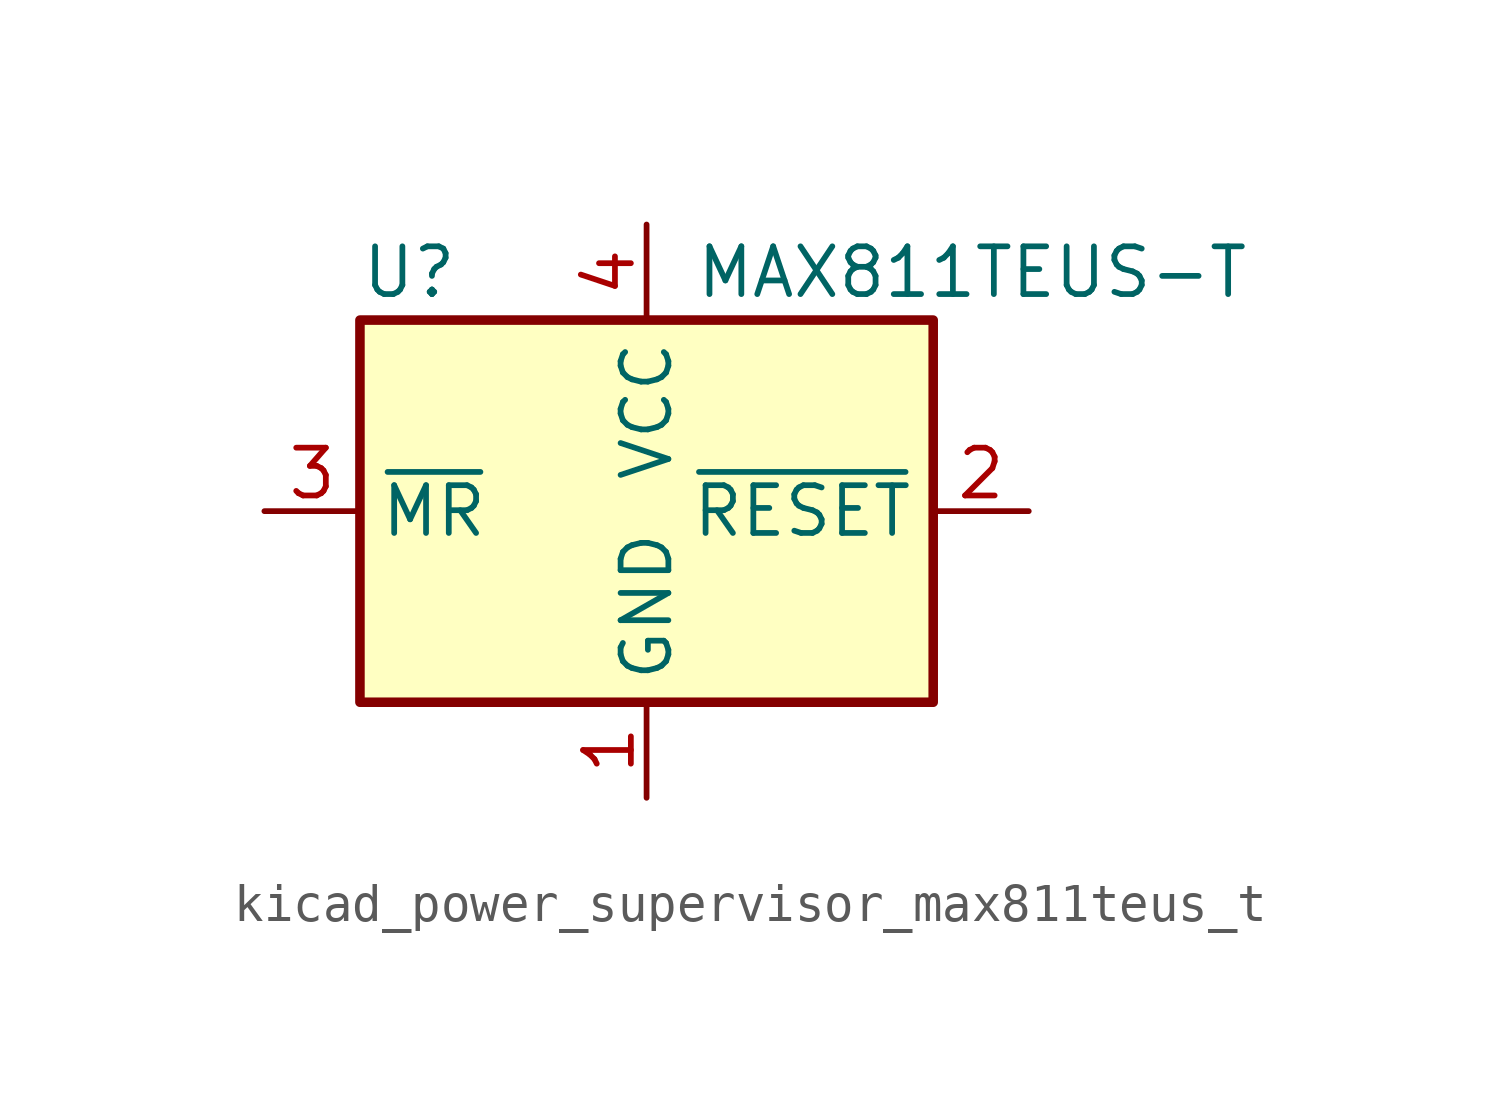
<source format=kicad_sym>
(kicad_symbol_lib
  (version 20220914)
  (generator kicad_symbol_editor)
  (symbol "kicad_power_supervisor_max811teus_t"
    (property "Reference" "U"
      (at -7.62 6.35 0)
      (effects (font (size 1.27 1.27)) (justify left)))
    (property "Value" "MAX811TEUS-T"
      (at 1.27 6.35 0)
      (effects (font (size 1.27 1.27)) (justify left)))
    (symbol "kicad_power_supervisor_max811teus_t_0_1"
      (rectangle (start -7.62 5.08) (end 7.62 -5.08) (stroke (width 0.254) (type default)) (fill (type background))))
    (symbol "kicad_power_supervisor_max811teus_t_1_1"
      (pin power_in line (at 0 -7.62 90) (length 2.54) (name "GND" (effects (font (size 1.27 1.27)))) (number "1" (effects (font (size 1.27 1.27)))))
      (pin output line (at 10.16 0 180) (length 2.54) (name "~{RESET}" (effects (font (size 1.27 1.27)))) (number "2" (effects (font (size 1.27 1.27)))))
      (pin input line (at -10.16 0 0) (length 2.54) (name "~{MR}" (effects (font (size 1.27 1.27)))) (number "3" (effects (font (size 1.27 1.27)))))
      (pin power_in line (at 0 7.62 270) (length 2.54) (name "VCC" (effects (font (size 1.27 1.27)))) (number "4" (effects (font (size 1.27 1.27))))))))
</source>
